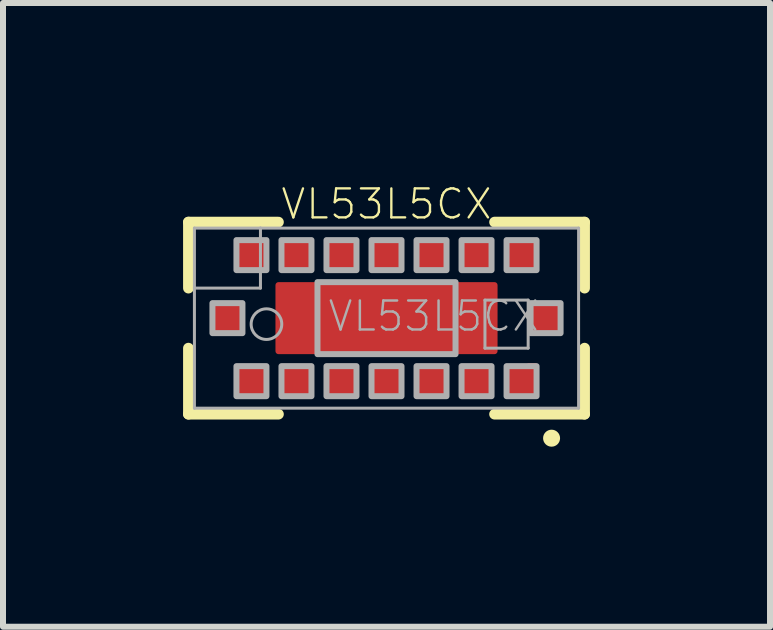
<source format=kicad_pcb>
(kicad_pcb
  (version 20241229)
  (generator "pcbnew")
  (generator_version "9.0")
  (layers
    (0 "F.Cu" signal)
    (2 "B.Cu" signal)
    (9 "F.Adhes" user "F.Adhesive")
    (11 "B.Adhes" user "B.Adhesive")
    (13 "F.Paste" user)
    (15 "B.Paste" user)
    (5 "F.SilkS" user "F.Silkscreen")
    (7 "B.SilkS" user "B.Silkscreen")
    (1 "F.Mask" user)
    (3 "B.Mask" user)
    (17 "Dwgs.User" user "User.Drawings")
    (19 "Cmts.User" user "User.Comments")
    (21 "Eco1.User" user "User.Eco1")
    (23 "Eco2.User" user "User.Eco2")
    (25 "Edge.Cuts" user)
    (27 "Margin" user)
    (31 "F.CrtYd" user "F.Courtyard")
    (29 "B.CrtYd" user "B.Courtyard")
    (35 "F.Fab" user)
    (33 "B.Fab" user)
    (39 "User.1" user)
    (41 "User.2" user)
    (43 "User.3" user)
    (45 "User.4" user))
  (footprint "VL53L5CX"
    (layer "F.Cu")
    (at 3.389 2.25)
    (property "Reference" "VL53L5CX" (at 0 -1.9 180) (layer "F.SilkS") (effects (font (size 0.483 0.483) (thickness 0.039))))
    (attr through_hole)
    (fp_poly (pts (xy 2.35 0.9) (xy 2.5 0.9) (xy 2.5 0.75) (xy 2.35 0.75)) (stroke (width 0) (type solid)) (fill yes) (layer "F.Cu"))
    (fp_line (start -3.3 -1.6) (end -1.8 -1.6) (stroke (width 0.178) (type solid)) (layer "F.SilkS"))
    (fp_line (start -3.3 -0.5) (end -3.3 -1.6) (stroke (width 0.178) (type solid)) (layer "F.SilkS"))
    (fp_line (start -3.3 1.6) (end -3.3 0.5) (stroke (width 0.178) (type solid)) (layer "F.SilkS"))
    (fp_line (start -1.8 1.6) (end -3.3 1.6) (stroke (width 0.178) (type solid)) (layer "F.SilkS"))
    (fp_line (start 1.8 -1.6) (end 3.3 -1.6) (stroke (width 0.178) (type solid)) (layer "F.SilkS"))
    (fp_line (start 3.3 -1.6) (end 3.3 -0.5) (stroke (width 0.178) (type solid)) (layer "F.SilkS"))
    (fp_line (start 3.3 0.5) (end 3.3 1.6) (stroke (width 0.178) (type solid)) (layer "F.SilkS"))
    (fp_line (start 3.3 1.6) (end 1.8 1.6) (stroke (width 0.178) (type solid)) (layer "F.SilkS"))
    (fp_circle (center 2.75 2) (end 2.821 2) (stroke (width 0.141) (type solid)) (fill no) (layer "F.SilkS"))
    (fp_poly (pts (xy -2.85 0.25) (xy -2.45 0.25) (xy -2.45 -0.25) (xy -2.85 -0.25)) (stroke (width 0) (type solid)) (fill yes) (layer "F.Paste"))
    (fp_poly (pts (xy -2.45 -0.8) (xy -2.05 -0.8) (xy -2.05 -1.3) (xy -2.45 -1.3)) (stroke (width 0) (type solid)) (fill yes) (layer "F.Paste"))
    (fp_poly (pts (xy -2.45 1.3) (xy -2.05 1.3) (xy -2.05 0.8) (xy -2.45 0.8)) (stroke (width 0) (type solid)) (fill yes) (layer "F.Paste"))
    (fp_poly (pts (xy -1.7 -0.8) (xy -1.3 -0.8) (xy -1.3 -1.3) (xy -1.7 -1.3)) (stroke (width 0) (type solid)) (fill yes) (layer "F.Paste"))
    (fp_poly (pts (xy -1.7 1.3) (xy -1.3 1.3) (xy -1.3 0.8) (xy -1.7 0.8)) (stroke (width 0) (type solid)) (fill yes) (layer "F.Paste"))
    (fp_poly (pts (xy -0.95 -0.8) (xy -0.55 -0.8) (xy -0.55 -1.3) (xy -0.95 -1.3)) (stroke (width 0) (type solid)) (fill yes) (layer "F.Paste"))
    (fp_poly (pts (xy -0.95 1.3) (xy -0.55 1.3) (xy -0.55 0.8) (xy -0.95 0.8)) (stroke (width 0) (type solid)) (fill yes) (layer "F.Paste"))
    (fp_poly (pts (xy -0.25 -0.55) (xy -0.9 -0.55) (xy -0.9 -0.1) (xy -0.25 -0.1)) (stroke (width 0) (type solid)) (fill yes) (layer "F.Paste"))
    (fp_poly (pts (xy -0.25 0.1) (xy -0.9 0.1) (xy -0.9 0.55) (xy -0.25 0.55)) (stroke (width 0) (type solid)) (fill yes) (layer "F.Paste"))
    (fp_poly (pts (xy -0.2 -0.8) (xy 0.2 -0.8) (xy 0.2 -1.3) (xy -0.2 -1.3)) (stroke (width 0) (type solid)) (fill yes) (layer "F.Paste"))
    (fp_poly (pts (xy -0.2 1.3) (xy 0.2 1.3) (xy 0.2 0.8) (xy -0.2 0.8)) (stroke (width 0) (type solid)) (fill yes) (layer "F.Paste"))
    (fp_poly (pts (xy 0.25 -0.1) (xy 0.9 -0.1) (xy 0.9 -0.55) (xy 0.25 -0.55)) (stroke (width 0) (type solid)) (fill yes) (layer "F.Paste"))
    (fp_poly (pts (xy 0.25 0.55) (xy 0.9 0.55) (xy 0.9 0.1) (xy 0.25 0.1)) (stroke (width 0) (type solid)) (fill yes) (layer "F.Paste"))
    (fp_poly (pts (xy 0.55 -0.8) (xy 0.95 -0.8) (xy 0.95 -1.3) (xy 0.55 -1.3)) (stroke (width 0) (type solid)) (fill yes) (layer "F.Paste"))
    (fp_poly (pts (xy 0.55 1.3) (xy 0.95 1.3) (xy 0.95 0.8) (xy 0.55 0.8)) (stroke (width 0) (type solid)) (fill yes) (layer "F.Paste"))
    (fp_poly (pts (xy 1.3 -0.8) (xy 1.7 -0.8) (xy 1.7 -1.3) (xy 1.3 -1.3)) (stroke (width 0) (type solid)) (fill yes) (layer "F.Paste"))
    (fp_poly (pts (xy 1.3 1.3) (xy 1.7 1.3) (xy 1.7 0.8) (xy 1.3 0.8)) (stroke (width 0) (type solid)) (fill yes) (layer "F.Paste"))
    (fp_poly (pts (xy 2.05 -0.8) (xy 2.45 -0.8) (xy 2.45 -1.3) (xy 2.05 -1.3)) (stroke (width 0) (type solid)) (fill yes) (layer "F.Paste"))
    (fp_poly (pts (xy 2.05 1.3) (xy 2.45 1.3) (xy 2.45 0.8) (xy 2.05 0.8)) (stroke (width 0) (type solid)) (fill yes) (layer "F.Paste"))
    (fp_poly (pts (xy 2.45 0.25) (xy 2.85 0.25) (xy 2.85 -0.25) (xy 2.45 -0.25)) (stroke (width 0) (type solid)) (fill yes) (layer "F.Paste"))
    (fp_line (start -3.2 -1.5) (end -2.1 -1.5) (stroke (width 0.05) (type solid)) (layer "F.Fab"))
    (fp_line (start -3.2 -0.5) (end -3.2 -1.5) (stroke (width 0.05) (type solid)) (layer "F.Fab"))
    (fp_line (start -3.2 1.5) (end -3.2 -0.5) (stroke (width 0.05) (type solid)) (layer "F.Fab"))
    (fp_line (start -2.1 -1.5) (end -2.1 -0.5) (stroke (width 0.05) (type solid)) (layer "F.Fab"))
    (fp_line (start -2.1 -1.5) (end 3.2 -1.5) (stroke (width 0.05) (type solid)) (layer "F.Fab"))
    (fp_line (start -2.1 -0.5) (end -3.2 -0.5) (stroke (width 0.05) (type solid)) (layer "F.Fab"))
    (fp_line (start 1.64 -0.3) (end 1.64 0.5) (stroke (width 0.05) (type solid)) (layer "F.Fab"))
    (fp_line (start 1.64 -0.3) (end 2.36 -0.3) (stroke (width 0.05) (type solid)) (layer "F.Fab"))
    (fp_line (start 2.36 -0.3) (end 2.36 0.5) (stroke (width 0.05) (type solid)) (layer "F.Fab"))
    (fp_line (start 2.36 0.5) (end 1.64 0.5) (stroke (width 0.05) (type solid)) (layer "F.Fab"))
    (fp_line (start 3.2 -1.5) (end 3.2 1.5) (stroke (width 0.05) (type solid)) (layer "F.Fab"))
    (fp_line (start 3.2 1.5) (end -3.2 1.5) (stroke (width 0.05) (type solid)) (layer "F.Fab"))
    (fp_circle (center -2 0.1) (end -1.745 0.1) (stroke (width 0.05) (type solid)) (fill no) (layer "F.Fab"))
    (fp_poly (pts (xy -2.9 0.25) (xy -2.4 0.25) (xy -2.4 -0.25) (xy -2.9 -0.25)) (stroke (width 0.1) (type solid)) (fill no) (layer "F.Fab"))
    (fp_poly (pts (xy -2.5 -0.8) (xy -2 -0.8) (xy -2 -1.3) (xy -2.5 -1.3)) (stroke (width 0.1) (type solid)) (fill no) (layer "F.Fab"))
    (fp_poly (pts (xy -2.5 1.3) (xy -2 1.3) (xy -2 0.8) (xy -2.5 0.8)) (stroke (width 0.1) (type solid)) (fill no) (layer "F.Fab"))
    (fp_poly (pts (xy -1.75 -0.8) (xy -1.25 -0.8) (xy -1.25 -1.3) (xy -1.75 -1.3)) (stroke (width 0.1) (type solid)) (fill no) (layer "F.Fab"))
    (fp_poly (pts (xy -1.75 1.3) (xy -1.25 1.3) (xy -1.25 0.8) (xy -1.75 0.8)) (stroke (width 0.1) (type solid)) (fill no) (layer "F.Fab"))
    (fp_poly (pts (xy -1.15 0.6) (xy 1.15 0.6) (xy 1.15 -0.6) (xy -1.15 -0.6)) (stroke (width 0.1) (type solid)) (fill no) (layer "F.Fab"))
    (fp_poly (pts (xy -1 -0.8) (xy -0.5 -0.8) (xy -0.5 -1.3) (xy -1 -1.3)) (stroke (width 0.1) (type solid)) (fill no) (layer "F.Fab"))
    (fp_poly (pts (xy -1 1.3) (xy -0.5 1.3) (xy -0.5 0.8) (xy -1 0.8)) (stroke (width 0.1) (type solid)) (fill no) (layer "F.Fab"))
    (fp_poly (pts (xy -0.25 -0.8) (xy 0.25 -0.8) (xy 0.25 -1.3) (xy -0.25 -1.3)) (stroke (width 0.1) (type solid)) (fill no) (layer "F.Fab"))
    (fp_poly (pts (xy -0.25 1.3) (xy 0.25 1.3) (xy 0.25 0.8) (xy -0.25 0.8)) (stroke (width 0.1) (type solid)) (fill no) (layer "F.Fab"))
    (fp_poly (pts (xy 0.5 -0.8) (xy 1 -0.8) (xy 1 -1.3) (xy 0.5 -1.3)) (stroke (width 0.1) (type solid)) (fill no) (layer "F.Fab"))
    (fp_poly (pts (xy 0.5 1.3) (xy 1 1.3) (xy 1 0.8) (xy 0.5 0.8)) (stroke (width 0.1) (type solid)) (fill no) (layer "F.Fab"))
    (fp_poly (pts (xy 1.25 -0.8) (xy 1.75 -0.8) (xy 1.75 -1.3) (xy 1.25 -1.3)) (stroke (width 0.1) (type solid)) (fill no) (layer "F.Fab"))
    (fp_poly (pts (xy 1.25 1.3) (xy 1.75 1.3) (xy 1.75 0.8) (xy 1.25 0.8)) (stroke (width 0.1) (type solid)) (fill no) (layer "F.Fab"))
    (fp_poly (pts (xy 2 -0.8) (xy 2.5 -0.8) (xy 2.5 -1.3) (xy 2 -1.3)) (stroke (width 0.1) (type solid)) (fill no) (layer "F.Fab"))
    (fp_poly (pts (xy 2 1.3) (xy 2.5 1.3) (xy 2.5 0.8) (xy 2 0.8)) (stroke (width 0.1) (type solid)) (fill no) (layer "F.Fab"))
    (fp_poly (pts (xy 2.4 0.25) (xy 2.9 0.25) (xy 2.9 -0.25) (xy 2.4 -0.25)) (stroke (width 0.1) (type solid)) (fill no) (layer "F.Fab"))
    (fp_text user "${REFERENCE}" (at -1 0.25 0) (layer "F.Fab") (effects (font (size 0.483 0.483) (thickness 0.041)) (justify left bottom)))
    (pad "A1" smd roundrect (at 2.25 1.05) (size 0.5 0.5) (layers "F.Cu" "F.Mask") (roundrect_rratio 0.102))
    (pad "A2" smd roundrect (at 1.5 1.05) (size 0.5 0.5) (layers "F.Cu" "F.Mask") (roundrect_rratio 0.102))
    (pad "A3" smd roundrect (at 0.75 1.05) (size 0.5 0.5) (layers "F.Cu" "F.Mask") (roundrect_rratio 0.102))
    (pad "A4" smd roundrect (at 0 1.05) (size 0.5 0.5) (layers "F.Cu" "F.Mask") (roundrect_rratio 0.102))
    (pad "A5" smd roundrect (at -0.75 1.05) (size 0.5 0.5) (layers "F.Cu" "F.Mask") (roundrect_rratio 0.102))
    (pad "A6" smd roundrect (at -1.5 1.05) (size 0.5 0.5) (layers "F.Cu" "F.Mask") (roundrect_rratio 0.102))
    (pad "A7" smd roundrect (at -2.25 1.05) (size 0.5 0.5) (layers "F.Cu" "F.Mask") (roundrect_rratio 0.102))
    (pad "B1" smd roundrect (at 2.65 0) (size 0.5 0.5) (layers "F.Cu" "F.Mask") (roundrect_rratio 0.102))
    (pad "B4" smd roundrect (at 0 0) (size 3.7 1.2) (layers "F.Cu" "F.Mask") (roundrect_rratio 0.042))
    (pad "B7" smd roundrect (at -2.65 0 180) (size 0.5 0.5) (layers "F.Cu" "F.Mask") (roundrect_rratio 0.102))
    (pad "C1" smd roundrect (at 2.25 -1.05) (size 0.5 0.5) (layers "F.Cu" "F.Mask") (roundrect_rratio 0.102))
    (pad "C2" smd roundrect (at 1.5 -1.05) (size 0.5 0.5) (layers "F.Cu" "F.Mask") (roundrect_rratio 0.102))
    (pad "C3" smd roundrect (at 0.75 -1.05) (size 0.5 0.5) (layers "F.Cu" "F.Mask") (roundrect_rratio 0.102))
    (pad "C4" smd roundrect (at 0 -1.05) (size 0.5 0.5) (layers "F.Cu" "F.Mask") (roundrect_rratio 0.102))
    (pad "C5" smd roundrect (at -0.75 -1.05) (size 0.5 0.5) (layers "F.Cu" "F.Mask") (roundrect_rratio 0.102))
    (pad "C6" smd roundrect (at -1.5 -1.05) (size 0.5 0.5) (layers "F.Cu" "F.Mask") (roundrect_rratio 0.102))
    (pad "C7" smd roundrect (at -2.25 -1.05) (size 0.5 0.5) (layers "F.Cu" "F.Mask") (roundrect_rratio 0.102)))
  (gr_rect
    (start -3 -3)
    (end 9.778 7.391)
    (stroke (width 0.1) (type default))
    (fill no)
    (layer "Edge.Cuts")))
</source>
